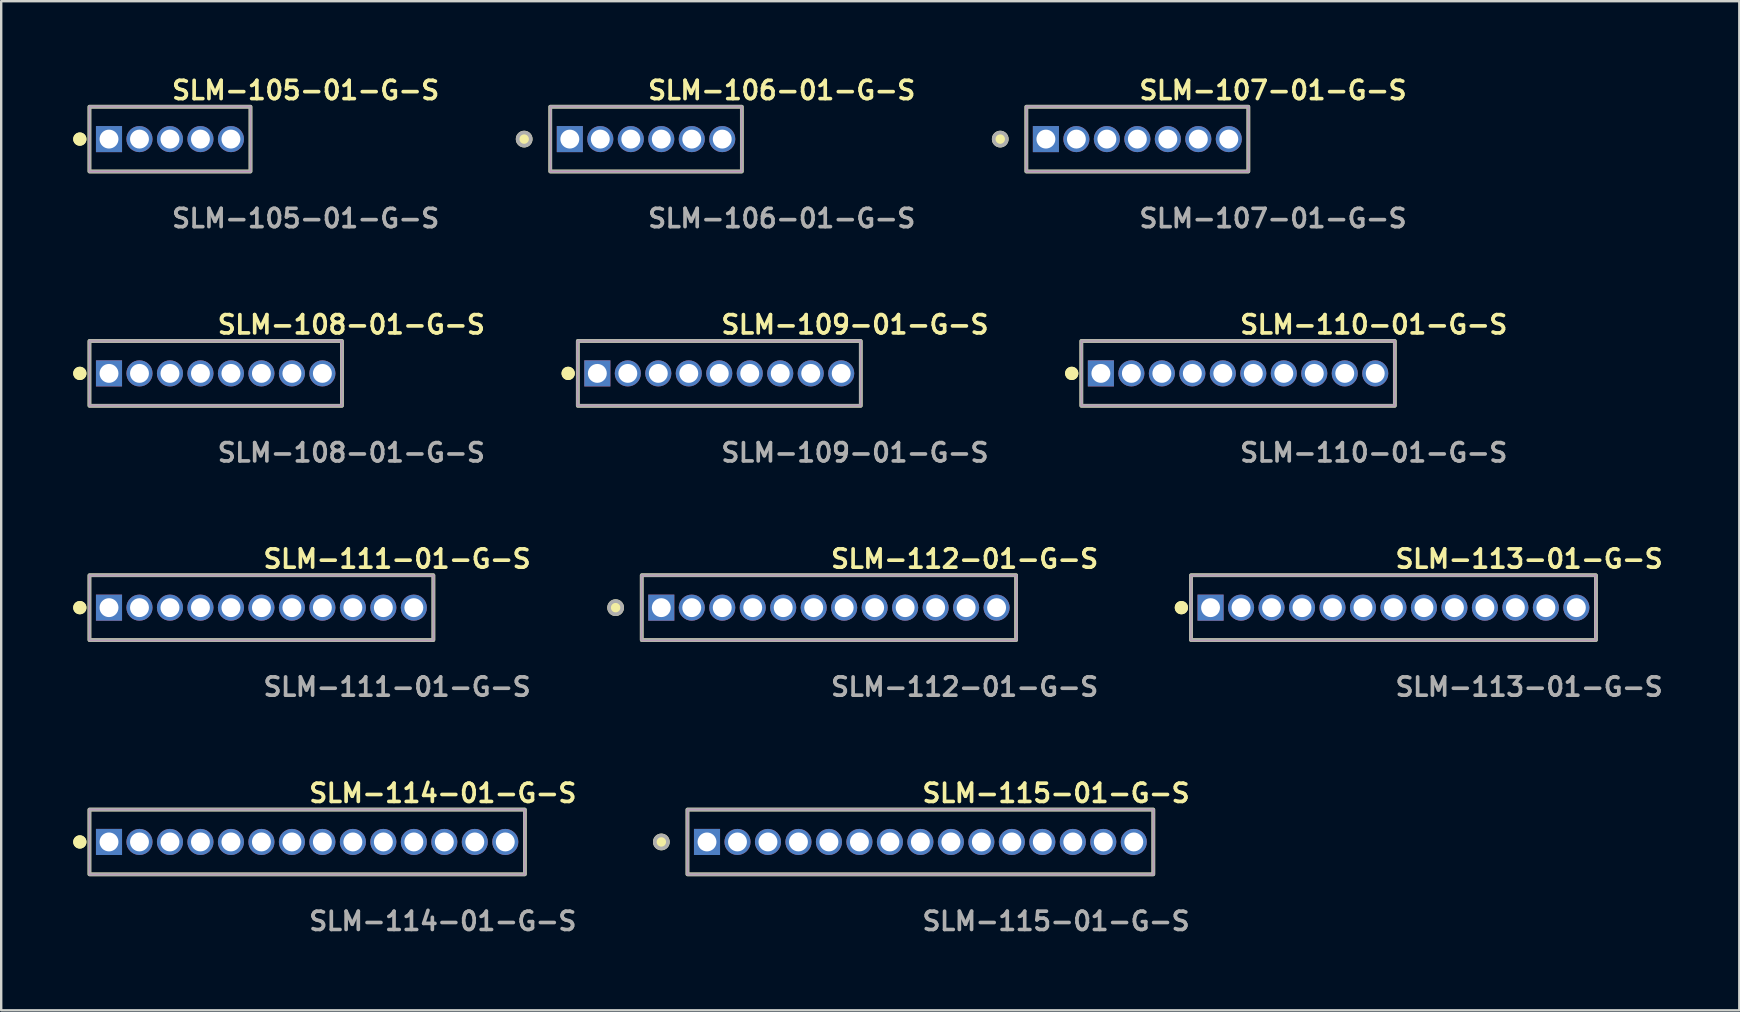
<source format=kicad_pcb>
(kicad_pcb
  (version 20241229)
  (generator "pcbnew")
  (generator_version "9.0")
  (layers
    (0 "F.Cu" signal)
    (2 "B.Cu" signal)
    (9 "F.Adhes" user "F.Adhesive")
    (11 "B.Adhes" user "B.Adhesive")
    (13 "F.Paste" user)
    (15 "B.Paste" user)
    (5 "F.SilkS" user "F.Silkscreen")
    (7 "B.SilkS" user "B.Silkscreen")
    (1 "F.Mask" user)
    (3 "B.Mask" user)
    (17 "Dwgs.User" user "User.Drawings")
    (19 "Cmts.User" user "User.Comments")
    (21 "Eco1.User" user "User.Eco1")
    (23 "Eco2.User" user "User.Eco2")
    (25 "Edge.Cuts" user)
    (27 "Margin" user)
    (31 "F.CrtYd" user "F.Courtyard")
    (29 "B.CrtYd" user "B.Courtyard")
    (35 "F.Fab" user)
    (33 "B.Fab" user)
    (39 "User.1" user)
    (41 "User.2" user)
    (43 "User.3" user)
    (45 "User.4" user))
  (footprint "SLM-108-01-G-S"
    (layer "F.Cu")
    (at 5.936 12.506)
    (property "Reference" "SLM-108-01-G-S" (at 0 -2.032 0) (unlocked yes) (layer "F.SilkS") (effects (font (size 0.762 0.762) (thickness 0.152)) (justify left)))
    (fp_rect (start -5.26 1.35) (end 5.26 -1.35) (stroke (width 0.152) (type solid)) (fill no) (layer "F.SilkS"))
    (fp_circle (center -5.66 0) (end -5.86 0) (stroke (width 0.152) (type solid)) (fill yes) (layer "F.SilkS"))
    (fp_circle (center -5.66 0) (end -5.86 0) (stroke (width 0.152) (type solid)) (fill yes) (layer "F.SilkS"))
    (fp_rect (start -5.26 1.35) (end 5.26 -1.35) (stroke (width 0.006) (type solid)) (fill no) (layer "F.CrtYd"))
    (fp_rect (start -5.26 1.35) (end 5.26 -1.35) (stroke (width 0.152) (type solid)) (fill no) (layer "F.Fab"))
    (fp_text user "${REFERENCE}" (at 0 3.302 0) (unlocked yes) (layer "F.Fab") (effects (font (size 0.762 0.762) (thickness 0.152)) (justify left)))
    (pad "1" thru_hole rect (at -4.445 0) (size 1.087 1.087) (drill 0.787) (layers "*.Cu" "*.Mask"))
    (pad "2" thru_hole circle (at -3.175 0) (size 1.087 1.087) (drill 0.787) (layers "*.Cu" "*.Mask"))
    (pad "3" thru_hole circle (at -1.905 0) (size 1.087 1.087) (drill 0.787) (layers "*.Cu" "*.Mask"))
    (pad "4" thru_hole circle (at -0.635 0) (size 1.087 1.087) (drill 0.787) (layers "*.Cu" "*.Mask"))
    (pad "5" thru_hole circle (at 0.635 0) (size 1.087 1.087) (drill 0.787) (layers "*.Cu" "*.Mask"))
    (pad "6" thru_hole circle (at 1.905 0) (size 1.087 1.087) (drill 0.787) (layers "*.Cu" "*.Mask"))
    (pad "7" thru_hole circle (at 3.175 0) (size 1.087 1.087) (drill 0.787) (layers "*.Cu" "*.Mask"))
    (pad "8" thru_hole circle (at 4.445 0) (size 1.087 1.087) (drill 0.787) (layers "*.Cu" "*.Mask")))
  (footprint "SLM-107-01-G-S"
    (layer "F.Cu")
    (at 44.334 2.745)
    (property "Reference" "SLM-107-01-G-S" (at 0 -2.032 0) (unlocked yes) (layer "F.SilkS") (effects (font (size 0.762 0.762) (thickness 0.152)) (justify left)))
    (fp_rect (start -4.625 1.35) (end 4.625 -1.35) (stroke (width 0.152) (type solid)) (fill no) (layer "F.SilkS"))
    (fp_circle (center -5.712 0) (end -5.984 0) (stroke (width 0.152) (type solid)) (fill yes) (layer "F.SilkS"))
    (fp_rect (start -4.625 1.35) (end 4.625 -1.35) (stroke (width 0.006) (type solid)) (fill no) (layer "F.CrtYd"))
    (fp_rect (start -4.625 1.35) (end 4.625 -1.35) (stroke (width 0.152) (type solid)) (fill no) (layer "F.Fab"))
    (fp_circle (center -5.712 0) (end -5.984 0) (stroke (width 0.152) (type solid)) (fill no) (layer "F.Fab"))
    (fp_text user "${REFERENCE}" (at 0 3.302 0) (unlocked yes) (layer "F.Fab") (effects (font (size 0.762 0.762) (thickness 0.152)) (justify left)))
    (pad "1" thru_hole rect (at -3.81 0) (size 1.087 1.087) (drill 0.787) (layers "*.Cu" "*.Mask"))
    (pad "2" thru_hole circle (at -2.54 0) (size 1.087 1.087) (drill 0.787) (layers "*.Cu" "*.Mask"))
    (pad "3" thru_hole circle (at -1.27 0) (size 1.087 1.087) (drill 0.787) (layers "*.Cu" "*.Mask"))
    (pad "4" thru_hole circle (at 0 0) (size 1.087 1.087) (drill 0.787) (layers "*.Cu" "*.Mask"))
    (pad "5" thru_hole circle (at 1.27 0) (size 1.087 1.087) (drill 0.787) (layers "*.Cu" "*.Mask"))
    (pad "6" thru_hole circle (at 2.54 0) (size 1.087 1.087) (drill 0.787) (layers "*.Cu" "*.Mask"))
    (pad "7" thru_hole circle (at 3.81 0) (size 1.087 1.087) (drill 0.787) (layers "*.Cu" "*.Mask")))
  (footprint "SLM-115-01-G-S"
    (layer "F.Cu")
    (at 35.295 32.027)
    (property "Reference" "SLM-115-01-G-S" (at 0 -2.032 0) (unlocked yes) (layer "F.SilkS") (effects (font (size 0.762 0.762) (thickness 0.152)) (justify left)))
    (fp_rect (start -9.705 1.35) (end 9.705 -1.35) (stroke (width 0.152) (type solid)) (fill no) (layer "F.SilkS"))
    (fp_circle (center -10.792 0) (end -11.064 0) (stroke (width 0.152) (type solid)) (fill yes) (layer "F.SilkS"))
    (fp_rect (start -9.705 1.35) (end 9.705 -1.35) (stroke (width 0.006) (type solid)) (fill no) (layer "F.CrtYd"))
    (fp_rect (start -9.705 1.35) (end 9.705 -1.35) (stroke (width 0.152) (type solid)) (fill no) (layer "F.Fab"))
    (fp_circle (center -10.792 0) (end -11.064 0) (stroke (width 0.152) (type solid)) (fill no) (layer "F.Fab"))
    (fp_text user "${REFERENCE}" (at 0 3.302 0) (unlocked yes) (layer "F.Fab") (effects (font (size 0.762 0.762) (thickness 0.152)) (justify left)))
    (pad "1" thru_hole rect (at -8.89 0) (size 1.087 1.087) (drill 0.787) (layers "*.Cu" "*.Mask"))
    (pad "2" thru_hole circle (at -7.62 0) (size 1.087 1.087) (drill 0.787) (layers "*.Cu" "*.Mask"))
    (pad "3" thru_hole circle (at -6.35 0) (size 1.087 1.087) (drill 0.787) (layers "*.Cu" "*.Mask"))
    (pad "4" thru_hole circle (at -5.08 0) (size 1.087 1.087) (drill 0.787) (layers "*.Cu" "*.Mask"))
    (pad "5" thru_hole circle (at -3.81 0) (size 1.087 1.087) (drill 0.787) (layers "*.Cu" "*.Mask"))
    (pad "6" thru_hole circle (at -2.54 0) (size 1.087 1.087) (drill 0.787) (layers "*.Cu" "*.Mask"))
    (pad "7" thru_hole circle (at -1.27 0) (size 1.087 1.087) (drill 0.787) (layers "*.Cu" "*.Mask"))
    (pad "8" thru_hole circle (at 0 0) (size 1.087 1.087) (drill 0.787) (layers "*.Cu" "*.Mask"))
    (pad "9" thru_hole circle (at 1.27 0) (size 1.087 1.087) (drill 0.787) (layers "*.Cu" "*.Mask"))
    (pad "10" thru_hole circle (at 2.54 0) (size 1.087 1.087) (drill 0.787) (layers "*.Cu" "*.Mask"))
    (pad "11" thru_hole circle (at 3.81 0) (size 1.087 1.087) (drill 0.787) (layers "*.Cu" "*.Mask"))
    (pad "12" thru_hole circle (at 5.08 0) (size 1.087 1.087) (drill 0.787) (layers "*.Cu" "*.Mask"))
    (pad "13" thru_hole circle (at 6.35 0) (size 1.087 1.087) (drill 0.787) (layers "*.Cu" "*.Mask"))
    (pad "14" thru_hole circle (at 7.62 0) (size 1.087 1.087) (drill 0.787) (layers "*.Cu" "*.Mask"))
    (pad "15" thru_hole circle (at 8.89 0) (size 1.087 1.087) (drill 0.787) (layers "*.Cu" "*.Mask")))
  (footprint "SLM-110-01-G-S"
    (layer "F.Cu")
    (at 48.53 12.506)
    (property "Reference" "SLM-110-01-G-S" (at 0 -2.032 0) (unlocked yes) (layer "F.SilkS") (effects (font (size 0.762 0.762) (thickness 0.152)) (justify left)))
    (fp_rect (start -6.53 1.35) (end 6.53 -1.35) (stroke (width 0.152) (type solid)) (fill no) (layer "F.SilkS"))
    (fp_circle (center -6.93 0) (end -7.13 0) (stroke (width 0.152) (type solid)) (fill yes) (layer "F.SilkS"))
    (fp_circle (center -6.93 0) (end -7.13 0) (stroke (width 0.152) (type solid)) (fill yes) (layer "F.SilkS"))
    (fp_rect (start -6.53 1.35) (end 6.53 -1.35) (stroke (width 0.006) (type solid)) (fill no) (layer "F.CrtYd"))
    (fp_rect (start -6.53 1.35) (end 6.53 -1.35) (stroke (width 0.152) (type solid)) (fill no) (layer "F.Fab"))
    (fp_text user "${REFERENCE}" (at 0 3.302 0) (unlocked yes) (layer "F.Fab") (effects (font (size 0.762 0.762) (thickness 0.152)) (justify left)))
    (pad "1" thru_hole rect (at -5.715 0) (size 1.087 1.087) (drill 0.787) (layers "*.Cu" "*.Mask"))
    (pad "2" thru_hole circle (at -4.445 0) (size 1.087 1.087) (drill 0.787) (layers "*.Cu" "*.Mask"))
    (pad "3" thru_hole circle (at -3.175 0) (size 1.087 1.087) (drill 0.787) (layers "*.Cu" "*.Mask"))
    (pad "4" thru_hole circle (at -1.905 0) (size 1.087 1.087) (drill 0.787) (layers "*.Cu" "*.Mask"))
    (pad "5" thru_hole circle (at -0.635 0) (size 1.087 1.087) (drill 0.787) (layers "*.Cu" "*.Mask"))
    (pad "6" thru_hole circle (at 0.635 0) (size 1.087 1.087) (drill 0.787) (layers "*.Cu" "*.Mask"))
    (pad "7" thru_hole circle (at 1.905 0) (size 1.087 1.087) (drill 0.787) (layers "*.Cu" "*.Mask"))
    (pad "8" thru_hole circle (at 3.175 0) (size 1.087 1.087) (drill 0.787) (layers "*.Cu" "*.Mask"))
    (pad "9" thru_hole circle (at 4.445 0) (size 1.087 1.087) (drill 0.787) (layers "*.Cu" "*.Mask"))
    (pad "10" thru_hole circle (at 5.715 0) (size 1.087 1.087) (drill 0.787) (layers "*.Cu" "*.Mask")))
  (footprint "SLM-113-01-G-S"
    (layer "F.Cu")
    (at 55.004 22.266)
    (property "Reference" "SLM-113-01-G-S" (at 0 -2.032 0) (unlocked yes) (layer "F.SilkS") (effects (font (size 0.762 0.762) (thickness 0.152)) (justify left)))
    (fp_rect (start -8.435 1.35) (end 8.435 -1.35) (stroke (width 0.152) (type solid)) (fill no) (layer "F.SilkS"))
    (fp_circle (center -8.835 0) (end -9.035 0) (stroke (width 0.152) (type solid)) (fill yes) (layer "F.SilkS"))
    (fp_circle (center -8.835 0) (end -9.035 0) (stroke (width 0.152) (type solid)) (fill yes) (layer "F.SilkS"))
    (fp_rect (start -8.435 1.35) (end 8.435 -1.35) (stroke (width 0.006) (type solid)) (fill no) (layer "F.CrtYd"))
    (fp_rect (start -8.435 1.35) (end 8.435 -1.35) (stroke (width 0.152) (type solid)) (fill no) (layer "F.Fab"))
    (fp_text user "${REFERENCE}" (at 0 3.302 0) (unlocked yes) (layer "F.Fab") (effects (font (size 0.762 0.762) (thickness 0.152)) (justify left)))
    (pad "1" thru_hole rect (at -7.62 0) (size 1.087 1.087) (drill 0.787) (layers "*.Cu" "*.Mask"))
    (pad "2" thru_hole circle (at -6.35 0) (size 1.087 1.087) (drill 0.787) (layers "*.Cu" "*.Mask"))
    (pad "3" thru_hole circle (at -5.08 0) (size 1.087 1.087) (drill 0.787) (layers "*.Cu" "*.Mask"))
    (pad "4" thru_hole circle (at -3.81 0) (size 1.087 1.087) (drill 0.787) (layers "*.Cu" "*.Mask"))
    (pad "5" thru_hole circle (at -2.54 0) (size 1.087 1.087) (drill 0.787) (layers "*.Cu" "*.Mask"))
    (pad "6" thru_hole circle (at -1.27 0) (size 1.087 1.087) (drill 0.787) (layers "*.Cu" "*.Mask"))
    (pad "7" thru_hole circle (at 0 0) (size 1.087 1.087) (drill 0.787) (layers "*.Cu" "*.Mask"))
    (pad "8" thru_hole circle (at 1.27 0) (size 1.087 1.087) (drill 0.787) (layers "*.Cu" "*.Mask"))
    (pad "9" thru_hole circle (at 2.54 0) (size 1.087 1.087) (drill 0.787) (layers "*.Cu" "*.Mask"))
    (pad "10" thru_hole circle (at 3.81 0) (size 1.087 1.087) (drill 0.787) (layers "*.Cu" "*.Mask"))
    (pad "11" thru_hole circle (at 5.08 0) (size 1.087 1.087) (drill 0.787) (layers "*.Cu" "*.Mask"))
    (pad "12" thru_hole circle (at 6.35 0) (size 1.087 1.087) (drill 0.787) (layers "*.Cu" "*.Mask"))
    (pad "13" thru_hole circle (at 7.62 0) (size 1.087 1.087) (drill 0.787) (layers "*.Cu" "*.Mask")))
  (footprint "SLM-105-01-G-S"
    (layer "F.Cu")
    (at 4.031 2.745)
    (property "Reference" "SLM-105-01-G-S" (at 0 -2.032 0) (unlocked yes) (layer "F.SilkS") (effects (font (size 0.762 0.762) (thickness 0.152)) (justify left)))
    (fp_rect (start -3.355 1.35) (end 3.355 -1.35) (stroke (width 0.152) (type solid)) (fill no) (layer "F.SilkS"))
    (fp_circle (center -3.755 0) (end -3.955 0) (stroke (width 0.152) (type solid)) (fill yes) (layer "F.SilkS"))
    (fp_circle (center -3.755 0) (end -3.955 0) (stroke (width 0.152) (type solid)) (fill yes) (layer "F.SilkS"))
    (fp_rect (start -3.355 1.35) (end 3.355 -1.35) (stroke (width 0.006) (type solid)) (fill no) (layer "F.CrtYd"))
    (fp_rect (start -3.355 1.35) (end 3.355 -1.35) (stroke (width 0.152) (type solid)) (fill no) (layer "F.Fab"))
    (fp_text user "${REFERENCE}" (at 0 3.302 0) (unlocked yes) (layer "F.Fab") (effects (font (size 0.762 0.762) (thickness 0.152)) (justify left)))
    (pad "1" thru_hole rect (at -2.54 0) (size 1.087 1.087) (drill 0.787) (layers "*.Cu" "*.Mask"))
    (pad "2" thru_hole circle (at -1.27 0) (size 1.087 1.087) (drill 0.787) (layers "*.Cu" "*.Mask"))
    (pad "3" thru_hole circle (at 0 0) (size 1.087 1.087) (drill 0.787) (layers "*.Cu" "*.Mask"))
    (pad "4" thru_hole circle (at 1.27 0) (size 1.087 1.087) (drill 0.787) (layers "*.Cu" "*.Mask"))
    (pad "5" thru_hole circle (at 2.54 0) (size 1.087 1.087) (drill 0.787) (layers "*.Cu" "*.Mask")))
  (footprint "SLM-109-01-G-S"
    (layer "F.Cu")
    (at 26.916 12.506)
    (property "Reference" "SLM-109-01-G-S" (at 0 -2.032 0) (unlocked yes) (layer "F.SilkS") (effects (font (size 0.762 0.762) (thickness 0.152)) (justify left)))
    (fp_rect (start -5.895 1.35) (end 5.895 -1.35) (stroke (width 0.152) (type solid)) (fill no) (layer "F.SilkS"))
    (fp_circle (center -6.295 0) (end -6.495 0) (stroke (width 0.152) (type solid)) (fill yes) (layer "F.SilkS"))
    (fp_circle (center -6.295 0) (end -6.495 0) (stroke (width 0.152) (type solid)) (fill yes) (layer "F.SilkS"))
    (fp_rect (start -5.895 1.35) (end 5.895 -1.35) (stroke (width 0.006) (type solid)) (fill no) (layer "F.CrtYd"))
    (fp_rect (start -5.895 1.35) (end 5.895 -1.35) (stroke (width 0.152) (type solid)) (fill no) (layer "F.Fab"))
    (fp_text user "${REFERENCE}" (at 0 3.302 0) (unlocked yes) (layer "F.Fab") (effects (font (size 0.762 0.762) (thickness 0.152)) (justify left)))
    (pad "1" thru_hole rect (at -5.08 0) (size 1.087 1.087) (drill 0.787) (layers "*.Cu" "*.Mask"))
    (pad "2" thru_hole circle (at -3.81 0) (size 1.087 1.087) (drill 0.787) (layers "*.Cu" "*.Mask"))
    (pad "3" thru_hole circle (at -2.54 0) (size 1.087 1.087) (drill 0.787) (layers "*.Cu" "*.Mask"))
    (pad "4" thru_hole circle (at -1.27 0) (size 1.087 1.087) (drill 0.787) (layers "*.Cu" "*.Mask"))
    (pad "5" thru_hole circle (at 0 0) (size 1.087 1.087) (drill 0.787) (layers "*.Cu" "*.Mask"))
    (pad "6" thru_hole circle (at 1.27 0) (size 1.087 1.087) (drill 0.787) (layers "*.Cu" "*.Mask"))
    (pad "7" thru_hole circle (at 2.54 0) (size 1.087 1.087) (drill 0.787) (layers "*.Cu" "*.Mask"))
    (pad "8" thru_hole circle (at 3.81 0) (size 1.087 1.087) (drill 0.787) (layers "*.Cu" "*.Mask"))
    (pad "9" thru_hole circle (at 5.08 0) (size 1.087 1.087) (drill 0.787) (layers "*.Cu" "*.Mask")))
  (footprint "SLM-106-01-G-S"
    (layer "F.Cu")
    (at 23.865 2.745)
    (property "Reference" "SLM-106-01-G-S" (at 0 -2.032 0) (unlocked yes) (layer "F.SilkS") (effects (font (size 0.762 0.762) (thickness 0.152)) (justify left)))
    (fp_rect (start -3.99 1.35) (end 3.99 -1.35) (stroke (width 0.152) (type solid)) (fill no) (layer "F.SilkS"))
    (fp_circle (center -5.077 0) (end -5.349 0) (stroke (width 0.152) (type solid)) (fill yes) (layer "F.SilkS"))
    (fp_rect (start -3.99 1.35) (end 3.99 -1.35) (stroke (width 0.006) (type solid)) (fill no) (layer "F.CrtYd"))
    (fp_rect (start -3.99 1.35) (end 3.99 -1.35) (stroke (width 0.152) (type solid)) (fill no) (layer "F.Fab"))
    (fp_circle (center -5.077 0) (end -5.349 0) (stroke (width 0.152) (type solid)) (fill no) (layer "F.Fab"))
    (fp_text user "${REFERENCE}" (at 0 3.302 0) (unlocked yes) (layer "F.Fab") (effects (font (size 0.762 0.762) (thickness 0.152)) (justify left)))
    (pad "1" thru_hole rect (at -3.175 0) (size 1.087 1.087) (drill 0.787) (layers "*.Cu" "*.Mask"))
    (pad "2" thru_hole circle (at -1.905 0) (size 1.087 1.087) (drill 0.787) (layers "*.Cu" "*.Mask"))
    (pad "3" thru_hole circle (at -0.635 0) (size 1.087 1.087) (drill 0.787) (layers "*.Cu" "*.Mask"))
    (pad "4" thru_hole circle (at 0.635 0) (size 1.087 1.087) (drill 0.787) (layers "*.Cu" "*.Mask"))
    (pad "5" thru_hole circle (at 1.905 0) (size 1.087 1.087) (drill 0.787) (layers "*.Cu" "*.Mask"))
    (pad "6" thru_hole circle (at 3.175 0) (size 1.087 1.087) (drill 0.787) (layers "*.Cu" "*.Mask")))
  (footprint "SLM-114-01-G-S"
    (layer "F.Cu")
    (at 9.746 32.027)
    (property "Reference" "SLM-114-01-G-S" (at 0 -2.032 0) (unlocked yes) (layer "F.SilkS") (effects (font (size 0.762 0.762) (thickness 0.152)) (justify left)))
    (fp_rect (start -9.07 1.35) (end 9.07 -1.35) (stroke (width 0.152) (type solid)) (fill no) (layer "F.SilkS"))
    (fp_circle (center -9.47 0) (end -9.67 0) (stroke (width 0.152) (type solid)) (fill yes) (layer "F.SilkS"))
    (fp_circle (center -9.47 0) (end -9.67 0) (stroke (width 0.152) (type solid)) (fill yes) (layer "F.SilkS"))
    (fp_rect (start -9.07 1.35) (end 9.07 -1.35) (stroke (width 0.006) (type solid)) (fill no) (layer "F.CrtYd"))
    (fp_rect (start -9.07 1.35) (end 9.07 -1.35) (stroke (width 0.152) (type solid)) (fill no) (layer "F.Fab"))
    (fp_text user "${REFERENCE}" (at 0 3.302 0) (unlocked yes) (layer "F.Fab") (effects (font (size 0.762 0.762) (thickness 0.152)) (justify left)))
    (pad "1" thru_hole rect (at -8.255 0) (size 1.087 1.087) (drill 0.787) (layers "*.Cu" "*.Mask"))
    (pad "2" thru_hole circle (at -6.985 0) (size 1.087 1.087) (drill 0.787) (layers "*.Cu" "*.Mask"))
    (pad "3" thru_hole circle (at -5.715 0) (size 1.087 1.087) (drill 0.787) (layers "*.Cu" "*.Mask"))
    (pad "4" thru_hole circle (at -4.445 0) (size 1.087 1.087) (drill 0.787) (layers "*.Cu" "*.Mask"))
    (pad "5" thru_hole circle (at -3.175 0) (size 1.087 1.087) (drill 0.787) (layers "*.Cu" "*.Mask"))
    (pad "6" thru_hole circle (at -1.905 0) (size 1.087 1.087) (drill 0.787) (layers "*.Cu" "*.Mask"))
    (pad "7" thru_hole circle (at -0.635 0) (size 1.087 1.087) (drill 0.787) (layers "*.Cu" "*.Mask"))
    (pad "8" thru_hole circle (at 0.635 0) (size 1.087 1.087) (drill 0.787) (layers "*.Cu" "*.Mask"))
    (pad "9" thru_hole circle (at 1.905 0) (size 1.087 1.087) (drill 0.787) (layers "*.Cu" "*.Mask"))
    (pad "10" thru_hole circle (at 3.175 0) (size 1.087 1.087) (drill 0.787) (layers "*.Cu" "*.Mask"))
    (pad "11" thru_hole circle (at 4.445 0) (size 1.087 1.087) (drill 0.787) (layers "*.Cu" "*.Mask"))
    (pad "12" thru_hole circle (at 5.715 0) (size 1.087 1.087) (drill 0.787) (layers "*.Cu" "*.Mask"))
    (pad "13" thru_hole circle (at 6.985 0) (size 1.087 1.087) (drill 0.787) (layers "*.Cu" "*.Mask"))
    (pad "14" thru_hole circle (at 8.255 0) (size 1.087 1.087) (drill 0.787) (layers "*.Cu" "*.Mask")))
  (footprint "SLM-111-01-G-S"
    (layer "F.Cu")
    (at 7.841 22.266)
    (property "Reference" "SLM-111-01-G-S" (at 0 -2.032 0) (unlocked yes) (layer "F.SilkS") (effects (font (size 0.762 0.762) (thickness 0.152)) (justify left)))
    (fp_rect (start -7.165 1.35) (end 7.165 -1.35) (stroke (width 0.152) (type solid)) (fill no) (layer "F.SilkS"))
    (fp_circle (center -7.565 0) (end -7.765 0) (stroke (width 0.152) (type solid)) (fill yes) (layer "F.SilkS"))
    (fp_circle (center -7.565 0) (end -7.765 0) (stroke (width 0.152) (type solid)) (fill yes) (layer "F.SilkS"))
    (fp_rect (start -7.165 1.35) (end 7.165 -1.35) (stroke (width 0.006) (type solid)) (fill no) (layer "F.CrtYd"))
    (fp_rect (start -7.165 1.35) (end 7.165 -1.35) (stroke (width 0.152) (type solid)) (fill no) (layer "F.Fab"))
    (fp_text user "${REFERENCE}" (at 0 3.302 0) (unlocked yes) (layer "F.Fab") (effects (font (size 0.762 0.762) (thickness 0.152)) (justify left)))
    (pad "1" thru_hole rect (at -6.35 0) (size 1.087 1.087) (drill 0.787) (layers "*.Cu" "*.Mask"))
    (pad "2" thru_hole circle (at -5.08 0) (size 1.087 1.087) (drill 0.787) (layers "*.Cu" "*.Mask"))
    (pad "3" thru_hole circle (at -3.81 0) (size 1.087 1.087) (drill 0.787) (layers "*.Cu" "*.Mask"))
    (pad "4" thru_hole circle (at -2.54 0) (size 1.087 1.087) (drill 0.787) (layers "*.Cu" "*.Mask"))
    (pad "5" thru_hole circle (at -1.27 0) (size 1.087 1.087) (drill 0.787) (layers "*.Cu" "*.Mask"))
    (pad "6" thru_hole circle (at 0 0) (size 1.087 1.087) (drill 0.787) (layers "*.Cu" "*.Mask"))
    (pad "7" thru_hole circle (at 1.27 0) (size 1.087 1.087) (drill 0.787) (layers "*.Cu" "*.Mask"))
    (pad "8" thru_hole circle (at 2.54 0) (size 1.087 1.087) (drill 0.787) (layers "*.Cu" "*.Mask"))
    (pad "9" thru_hole circle (at 3.81 0) (size 1.087 1.087) (drill 0.787) (layers "*.Cu" "*.Mask"))
    (pad "10" thru_hole circle (at 5.08 0) (size 1.087 1.087) (drill 0.787) (layers "*.Cu" "*.Mask"))
    (pad "11" thru_hole circle (at 6.35 0) (size 1.087 1.087) (drill 0.787) (layers "*.Cu" "*.Mask")))
  (footprint "SLM-112-01-G-S"
    (layer "F.Cu")
    (at 31.485 22.266)
    (property "Reference" "SLM-112-01-G-S" (at 0 -2.032 0) (unlocked yes) (layer "F.SilkS") (effects (font (size 0.762 0.762) (thickness 0.152)) (justify left)))
    (fp_rect (start -7.8 1.35) (end 7.8 -1.35) (stroke (width 0.152) (type solid)) (fill no) (layer "F.SilkS"))
    (fp_circle (center -8.887 0) (end -9.159 0) (stroke (width 0.152) (type solid)) (fill yes) (layer "F.SilkS"))
    (fp_rect (start -7.8 1.35) (end 7.8 -1.35) (stroke (width 0.006) (type solid)) (fill no) (layer "F.CrtYd"))
    (fp_rect (start -7.8 1.35) (end 7.8 -1.35) (stroke (width 0.152) (type solid)) (fill no) (layer "F.Fab"))
    (fp_circle (center -8.887 0) (end -9.159 0) (stroke (width 0.152) (type solid)) (fill no) (layer "F.Fab"))
    (fp_text user "${REFERENCE}" (at 0 3.302 0) (unlocked yes) (layer "F.Fab") (effects (font (size 0.762 0.762) (thickness 0.152)) (justify left)))
    (pad "1" thru_hole rect (at -6.985 0) (size 1.087 1.087) (drill 0.787) (layers "*.Cu" "*.Mask"))
    (pad "2" thru_hole circle (at -5.715 0) (size 1.087 1.087) (drill 0.787) (layers "*.Cu" "*.Mask"))
    (pad "3" thru_hole circle (at -4.445 0) (size 1.087 1.087) (drill 0.787) (layers "*.Cu" "*.Mask"))
    (pad "4" thru_hole circle (at -3.175 0) (size 1.087 1.087) (drill 0.787) (layers "*.Cu" "*.Mask"))
    (pad "5" thru_hole circle (at -1.905 0) (size 1.087 1.087) (drill 0.787) (layers "*.Cu" "*.Mask"))
    (pad "6" thru_hole circle (at -0.635 0) (size 1.087 1.087) (drill 0.787) (layers "*.Cu" "*.Mask"))
    (pad "7" thru_hole circle (at 0.635 0) (size 1.087 1.087) (drill 0.787) (layers "*.Cu" "*.Mask"))
    (pad "8" thru_hole circle (at 1.905 0) (size 1.087 1.087) (drill 0.787) (layers "*.Cu" "*.Mask"))
    (pad "9" thru_hole circle (at 3.175 0) (size 1.087 1.087) (drill 0.787) (layers "*.Cu" "*.Mask"))
    (pad "10" thru_hole circle (at 4.445 0) (size 1.087 1.087) (drill 0.787) (layers "*.Cu" "*.Mask"))
    (pad "11" thru_hole circle (at 5.715 0) (size 1.087 1.087) (drill 0.787) (layers "*.Cu" "*.Mask"))
    (pad "12" thru_hole circle (at 6.985 0) (size 1.087 1.087) (drill 0.787) (layers "*.Cu" "*.Mask")))
  (gr_rect
    (start -3 -3)
    (end 69.413 39.042)
    (stroke (width 0.1) (type default))
    (fill no)
    (layer "Edge.Cuts")))
</source>
